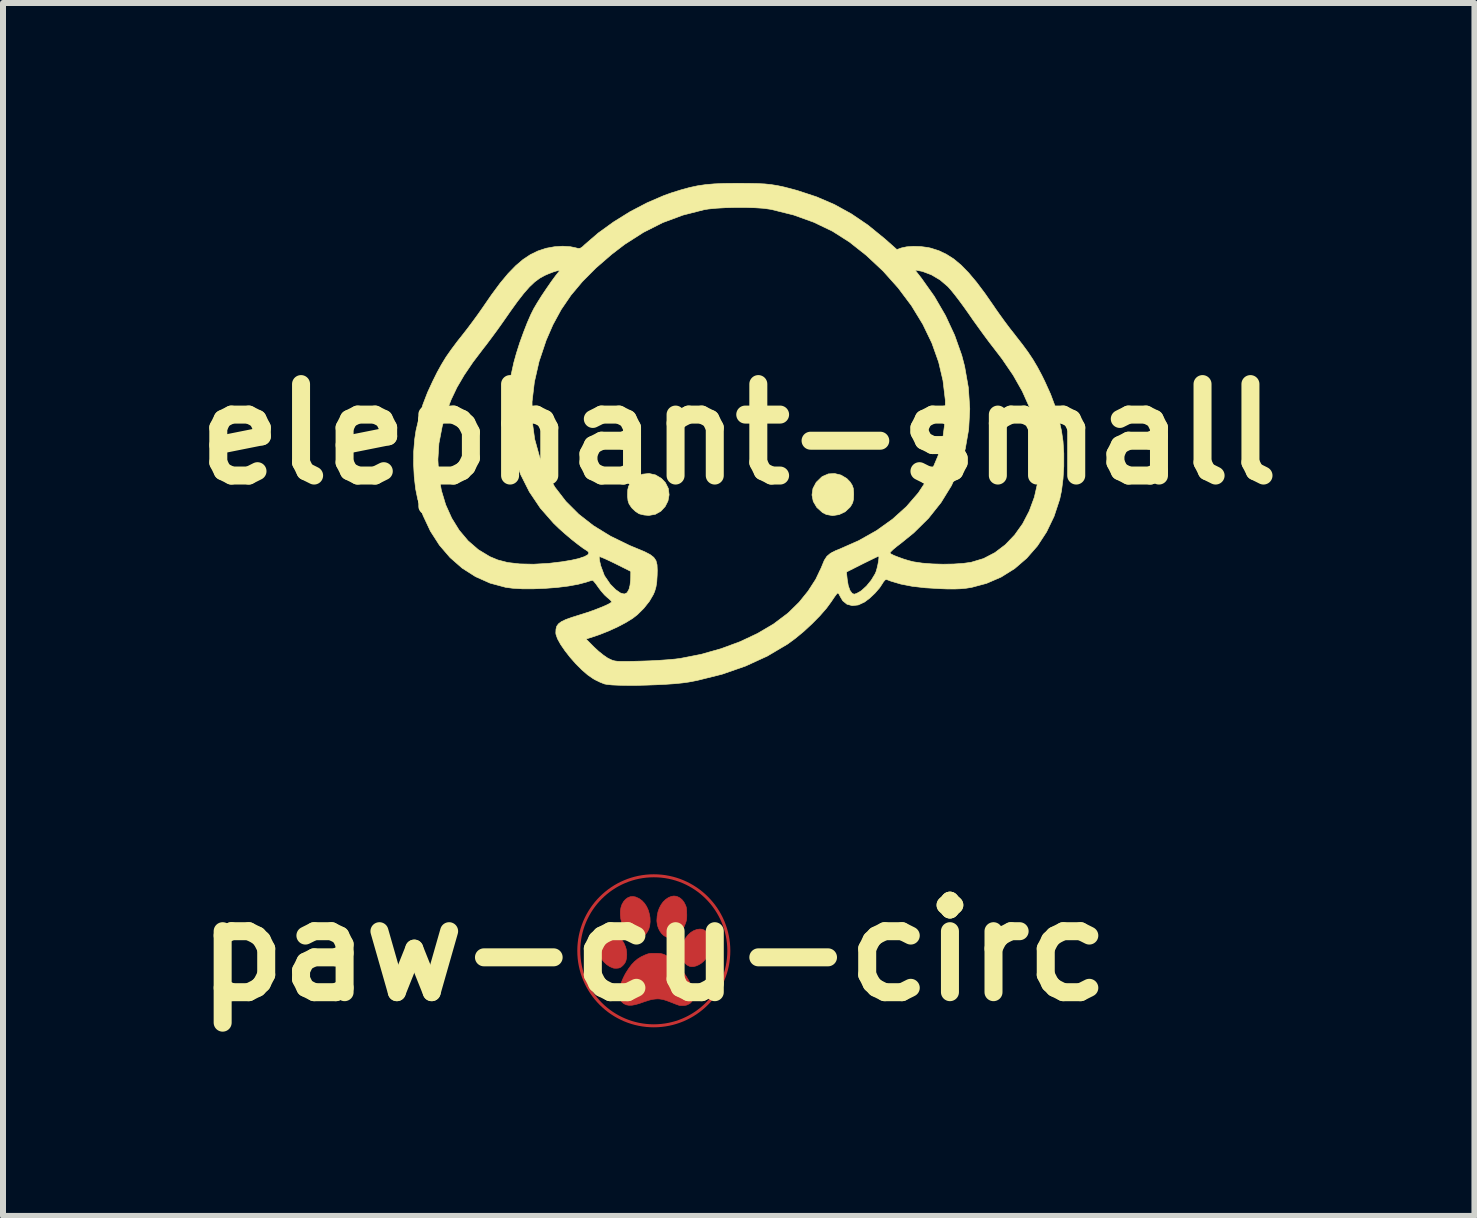
<source format=kicad_pcb>
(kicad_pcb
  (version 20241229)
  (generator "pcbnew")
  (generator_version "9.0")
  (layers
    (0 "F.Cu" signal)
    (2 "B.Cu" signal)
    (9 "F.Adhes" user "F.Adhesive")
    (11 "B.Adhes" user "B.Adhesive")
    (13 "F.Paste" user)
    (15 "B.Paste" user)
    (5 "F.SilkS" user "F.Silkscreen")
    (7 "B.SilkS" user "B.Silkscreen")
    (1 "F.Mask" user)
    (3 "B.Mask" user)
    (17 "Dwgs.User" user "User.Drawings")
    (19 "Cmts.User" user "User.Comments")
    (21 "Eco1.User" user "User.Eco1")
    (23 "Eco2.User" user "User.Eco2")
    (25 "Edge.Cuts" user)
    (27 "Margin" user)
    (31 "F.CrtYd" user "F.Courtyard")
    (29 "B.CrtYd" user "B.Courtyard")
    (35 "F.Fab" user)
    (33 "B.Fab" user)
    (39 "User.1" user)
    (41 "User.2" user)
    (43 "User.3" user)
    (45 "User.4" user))
  (footprint "elephant-small"
    (layer "F.Cu")
    (at 9.26 4.185)
    (property "Reference" "elephant-small" (at 0 0 0) (layer "F.SilkS") (effects (font (size 1.524 1.524) (thickness 0.3))))
    (attr through_hole)
    (fp_poly (pts (xy 1.705 0.682) (xy 1.801 0.739) (xy 1.855 0.795) (xy 1.89 0.849) (xy 1.909 0.902) (xy 1.915 0.971) (xy 1.916 1.005) (xy 1.912 1.086) (xy 1.899 1.143) (xy 1.87 1.194) (xy 1.855 1.216) (xy 1.773 1.293) (xy 1.673 1.34) (xy 1.566 1.357) (xy 1.461 1.339) (xy 1.397 1.307) (xy 1.301 1.22) (xy 1.242 1.12) (xy 1.221 1.013) (xy 1.237 0.905) (xy 1.291 0.803) (xy 1.382 0.714) (xy 1.397 0.704) (xy 1.493 0.662) (xy 1.599 0.656) (xy 1.705 0.682)) (stroke (width 0.01) (type solid)) (fill yes) (layer "F.SilkS"))
    (fp_poly (pts (xy -1.387 0.679) (xy -1.289 0.737) (xy -1.222 0.807) (xy -1.173 0.905) (xy -1.16 1.01) (xy -1.179 1.113) (xy -1.226 1.206) (xy -1.297 1.283) (xy -1.389 1.335) (xy -1.497 1.354) (xy -1.501 1.354) (xy -1.577 1.347) (xy -1.648 1.33) (xy -1.664 1.324) (xy -1.718 1.289) (xy -1.775 1.236) (xy -1.791 1.216) (xy -1.827 1.162) (xy -1.845 1.109) (xy -1.852 1.039) (xy -1.852 1.005) (xy -1.849 0.925) (xy -1.835 0.868) (xy -1.807 0.817) (xy -1.791 0.795) (xy -1.705 0.713) (xy -1.604 0.667) (xy -1.495 0.655) (xy -1.387 0.679)) (stroke (width 0.01) (type solid)) (fill yes) (layer "F.SilkS"))
    (fp_poly (pts (xy 0.161 -4.179) (xy 0.31 -4.176) (xy 0.435 -4.17) (xy 0.546 -4.158) (xy 0.651 -4.141) (xy 0.762 -4.117) (xy 0.885 -4.085) (xy 0.974 -4.061) (xy 1.296 -3.955) (xy 1.594 -3.827) (xy 1.877 -3.671) (xy 2.153 -3.484) (xy 2.429 -3.259) (xy 2.449 -3.242) (xy 2.636 -3.076) (xy 2.71 -3.103) (xy 2.798 -3.122) (xy 2.912 -3.13) (xy 3.036 -3.126) (xy 3.157 -3.11) (xy 3.204 -3.099) (xy 3.336 -3.057) (xy 3.461 -2.997) (xy 3.584 -2.919) (xy 3.706 -2.817) (xy 3.831 -2.689) (xy 3.963 -2.532) (xy 4.105 -2.343) (xy 4.261 -2.118) (xy 4.276 -2.095) (xy 4.343 -2) (xy 4.426 -1.885) (xy 4.515 -1.766) (xy 4.601 -1.657) (xy 4.605 -1.651) (xy 4.724 -1.499) (xy 4.821 -1.367) (xy 4.903 -1.244) (xy 4.977 -1.119) (xy 5.05 -0.982) (xy 5.101 -0.878) (xy 5.196 -0.668) (xy 5.271 -0.468) (xy 5.332 -0.26) (xy 5.378 -0.059) (xy 5.404 0.118) (xy 5.417 0.321) (xy 5.417 0.534) (xy 5.404 0.746) (xy 5.379 0.942) (xy 5.349 1.084) (xy 5.255 1.369) (xy 5.13 1.629) (xy 4.978 1.862) (xy 4.799 2.067) (xy 4.597 2.241) (xy 4.373 2.381) (xy 4.13 2.486) (xy 3.884 2.552) (xy 3.791 2.567) (xy 3.698 2.576) (xy 3.594 2.58) (xy 3.467 2.579) (xy 3.365 2.575) (xy 3.111 2.56) (xy 2.892 2.535) (xy 2.702 2.498) (xy 2.536 2.449) (xy 2.462 2.421) (xy 2.437 2.431) (xy 2.407 2.468) (xy 2.402 2.478) (xy 2.348 2.56) (xy 2.27 2.65) (xy 2.181 2.734) (xy 2.097 2.797) (xy 1.992 2.846) (xy 1.892 2.857) (xy 1.804 2.834) (xy 1.733 2.776) (xy 1.694 2.71) (xy 1.671 2.666) (xy 1.653 2.646) (xy 1.651 2.646) (xy 1.633 2.662) (xy 1.6 2.706) (xy 1.557 2.769) (xy 1.544 2.789) (xy 1.462 2.901) (xy 1.351 3.028) (xy 1.222 3.159) (xy 1.083 3.288) (xy 0.942 3.404) (xy 0.814 3.498) (xy 0.478 3.697) (xy 0.114 3.864) (xy -0.277 4) (xy -0.694 4.104) (xy -0.836 4.131) (xy -0.938 4.145) (xy -1.066 4.158) (xy -1.213 4.168) (xy -1.373 4.176) (xy -1.538 4.182) (xy -1.701 4.186) (xy -1.855 4.186) (xy -1.994 4.184) (xy -2.11 4.179) (xy -2.196 4.17) (xy -2.238 4.162) (xy -2.311 4.133) (xy -2.393 4.093) (xy -2.426 4.074) (xy -2.517 4.011) (xy -2.615 3.926) (xy -2.715 3.826) (xy -2.81 3.718) (xy -2.896 3.608) (xy -2.968 3.503) (xy -3.02 3.409) (xy -3.046 3.333) (xy -3.048 3.311) (xy -3.045 3.249) (xy -3.032 3.2) (xy -3.003 3.16) (xy -2.955 3.124) (xy -2.882 3.089) (xy -2.778 3.052) (xy -2.638 3.008) (xy -2.625 3.004) (xy -2.512 2.968) (xy -2.402 2.929) (xy -2.3 2.889) (xy -2.214 2.853) (xy -2.152 2.822) (xy -2.119 2.799) (xy -2.117 2.794) (xy -2.132 2.772) (xy -2.17 2.737) (xy -2.187 2.724) (xy -2.237 2.678) (xy -2.295 2.611) (xy -2.339 2.552) (xy -2.381 2.493) (xy -2.416 2.451) (xy -2.434 2.434) (xy -2.434 2.434) (xy -2.461 2.44) (xy -2.513 2.456) (xy -2.542 2.466) (xy -2.675 2.501) (xy -2.84 2.531) (xy -3.025 2.554) (xy -3.222 2.569) (xy -3.418 2.577) (xy -3.605 2.577) (xy -3.77 2.567) (xy -3.884 2.552) (xy -4.144 2.482) (xy -4.386 2.374) (xy -4.609 2.232) (xy -4.81 2.056) (xy -4.987 1.85) (xy -5.138 1.615) (xy -5.261 1.353) (xy -5.349 1.084) (xy -5.384 0.911) (xy -5.407 0.712) (xy -5.418 0.499) (xy -5.417 0.423) (xy -5.013 0.423) (xy -4.999 0.685) (xy -4.955 0.938) (xy -4.883 1.177) (xy -4.783 1.399) (xy -4.659 1.6) (xy -4.51 1.777) (xy -4.339 1.925) (xy -4.147 2.041) (xy -4.015 2.096) (xy -3.849 2.139) (xy -3.649 2.162) (xy -3.42 2.167) (xy -3.166 2.153) (xy -2.942 2.126) (xy -2.787 2.1) (xy -2.663 2.072) (xy -2.646 2.066) (xy -2.324 2.066) (xy -2.316 2.12) (xy -2.3 2.191) (xy -2.239 2.356) (xy -2.14 2.501) (xy -2.049 2.592) (xy -1.97 2.647) (xy -1.907 2.664) (xy -1.86 2.642) (xy -1.827 2.582) (xy -1.811 2.516) (xy -1.802 2.433) (xy -1.8 2.397) (xy -1.799 2.286) (xy -2.055 2.158) (xy -2.15 2.112) (xy -2.23 2.075) (xy -2.29 2.05) (xy -2.321 2.04) (xy -2.323 2.041) (xy -2.324 2.066) (xy -2.646 2.066) (xy -2.572 2.041) (xy -2.515 2.01) (xy -2.496 1.979) (xy -2.516 1.95) (xy -2.527 1.943) (xy -2.595 1.899) (xy -2.685 1.832) (xy -2.788 1.751) (xy -2.894 1.661) (xy -2.995 1.571) (xy -3.081 1.488) (xy -3.086 1.483) (xy -3.306 1.232) (xy -3.489 0.96) (xy -3.635 0.67) (xy -3.743 0.363) (xy -3.814 0.043) (xy -3.846 -0.29) (xy -3.842 -0.54) (xy -3.444 -0.54) (xy -3.442 -0.222) (xy -3.4 0.084) (xy -3.319 0.376) (xy -3.213 0.624) (xy -3.063 0.883) (xy -2.881 1.119) (xy -2.667 1.333) (xy -2.42 1.526) (xy -2.136 1.7) (xy -1.816 1.856) (xy -1.693 1.907) (xy -1.568 1.959) (xy -1.477 2.006) (xy -1.416 2.053) (xy -1.379 2.107) (xy -1.361 2.177) (xy -1.357 2.268) (xy -1.359 2.349) (xy -1.366 2.461) (xy -1.379 2.545) (xy -1.4 2.618) (xy -1.423 2.672) (xy -1.489 2.785) (xy -1.582 2.902) (xy -1.689 3.008) (xy -1.769 3.07) (xy -1.881 3.139) (xy -2.02 3.212) (xy -2.169 3.28) (xy -2.315 3.338) (xy -2.367 3.356) (xy -2.544 3.414) (xy -2.41 3.549) (xy -2.334 3.619) (xy -2.254 3.683) (xy -2.184 3.731) (xy -2.17 3.738) (xy -2.133 3.756) (xy -2.1 3.77) (xy -2.064 3.779) (xy -2.018 3.785) (xy -1.955 3.787) (xy -1.869 3.787) (xy -1.753 3.785) (xy -1.63 3.782) (xy -1.48 3.777) (xy -1.328 3.769) (xy -1.185 3.759) (xy -1.062 3.748) (xy -0.974 3.737) (xy -0.628 3.669) (xy -0.295 3.575) (xy 0.022 3.458) (xy 0.315 3.32) (xy 0.581 3.163) (xy 0.812 2.989) (xy 0.836 2.968) (xy 1.006 2.801) (xy 1.157 2.614) (xy 1.283 2.419) (xy 1.341 2.297) (xy 1.795 2.297) (xy 1.808 2.419) (xy 1.825 2.523) (xy 1.854 2.604) (xy 1.89 2.653) (xy 1.924 2.667) (xy 1.963 2.655) (xy 2.018 2.625) (xy 2.048 2.605) (xy 2.13 2.53) (xy 2.209 2.433) (xy 2.271 2.331) (xy 2.288 2.293) (xy 2.303 2.242) (xy 2.318 2.178) (xy 2.33 2.114) (xy 2.336 2.061) (xy 2.335 2.034) (xy 2.333 2.032) (xy 2.311 2.041) (xy 2.259 2.066) (xy 2.183 2.103) (xy 2.091 2.148) (xy 2.059 2.164) (xy 1.795 2.297) (xy 1.341 2.297) (xy 1.376 2.224) (xy 1.388 2.194) (xy 1.426 2.102) (xy 1.469 2.036) (xy 1.528 1.986) (xy 1.542 1.979) (xy 2.519 1.979) (xy 2.538 1.996) (xy 2.587 2.021) (xy 2.659 2.049) (xy 2.742 2.079) (xy 2.826 2.105) (xy 2.904 2.125) (xy 2.918 2.128) (xy 3.06 2.149) (xy 3.226 2.162) (xy 3.405 2.167) (xy 3.581 2.164) (xy 3.743 2.153) (xy 3.873 2.135) (xy 4.079 2.073) (xy 4.269 1.974) (xy 4.443 1.842) (xy 4.598 1.68) (xy 4.732 1.492) (xy 4.842 1.28) (xy 4.927 1.049) (xy 4.983 0.802) (xy 5.01 0.542) (xy 5.009 0.349) (xy 4.982 0.073) (xy 4.927 -0.194) (xy 4.842 -0.455) (xy 4.725 -0.716) (xy 4.575 -0.981) (xy 4.388 -1.255) (xy 4.255 -1.429) (xy 4.179 -1.527) (xy 4.089 -1.648) (xy 3.992 -1.782) (xy 3.897 -1.914) (xy 3.841 -1.996) (xy 3.759 -2.112) (xy 3.676 -2.225) (xy 3.597 -2.328) (xy 3.529 -2.411) (xy 3.486 -2.459) (xy 3.356 -2.57) (xy 3.211 -2.656) (xy 3.063 -2.712) (xy 3.019 -2.721) (xy 2.937 -2.736) (xy 3.043 -2.601) (xy 3.259 -2.297) (xy 3.445 -1.977) (xy 3.598 -1.648) (xy 3.716 -1.315) (xy 3.764 -1.132) (xy 3.827 -0.773) (xy 3.85 -0.422) (xy 3.832 -0.083) (xy 3.775 0.245) (xy 3.679 0.558) (xy 3.545 0.857) (xy 3.372 1.138) (xy 3.163 1.401) (xy 2.916 1.645) (xy 2.715 1.808) (xy 2.637 1.868) (xy 2.574 1.92) (xy 2.533 1.96) (xy 2.519 1.979) (xy 1.542 1.979) (xy 1.611 1.943) (xy 1.676 1.917) (xy 2 1.774) (xy 2.296 1.607) (xy 2.562 1.417) (xy 2.795 1.207) (xy 2.993 0.978) (xy 3.155 0.733) (xy 3.198 0.651) (xy 3.32 0.364) (xy 3.401 0.065) (xy 3.442 -0.246) (xy 3.443 -0.566) (xy 3.404 -0.893) (xy 3.332 -1.2) (xy 3.219 -1.518) (xy 3.067 -1.833) (xy 2.879 -2.141) (xy 2.657 -2.437) (xy 2.406 -2.718) (xy 2.127 -2.979) (xy 1.845 -3.202) (xy 1.564 -3.381) (xy 1.252 -3.531) (xy 0.913 -3.653) (xy 0.547 -3.744) (xy 0.519 -3.749) (xy 0.412 -3.764) (xy 0.275 -3.773) (xy 0.117 -3.778) (xy -0.051 -3.778) (xy -0.218 -3.774) (xy -0.373 -3.765) (xy -0.506 -3.752) (xy -0.579 -3.74) (xy -0.931 -3.65) (xy -1.265 -3.526) (xy -1.586 -3.364) (xy -1.899 -3.164) (xy -2.117 -2.997) (xy -2.379 -2.77) (xy -2.604 -2.544) (xy -2.796 -2.315) (xy -2.959 -2.076) (xy -3.097 -1.822) (xy -3.209 -1.564) (xy -3.327 -1.212) (xy -3.405 -0.87) (xy -3.444 -0.54) (xy -3.842 -0.54) (xy -3.84 -0.632) (xy -3.794 -0.983) (xy -3.747 -1.196) (xy -3.703 -1.353) (xy -3.649 -1.523) (xy -3.587 -1.694) (xy -3.524 -1.856) (xy -3.462 -1.998) (xy -3.414 -2.093) (xy -3.358 -2.188) (xy -3.286 -2.303) (xy -3.204 -2.425) (xy -3.124 -2.541) (xy -3.053 -2.638) (xy -3.033 -2.663) (xy -2.977 -2.733) (xy -3.039 -2.719) (xy -3.091 -2.703) (xy -3.164 -2.675) (xy -3.231 -2.646) (xy -3.315 -2.6) (xy -3.399 -2.538) (xy -3.487 -2.455) (xy -3.581 -2.348) (xy -3.687 -2.212) (xy -3.808 -2.044) (xy -3.841 -1.996) (xy -3.929 -1.87) (xy -4.025 -1.735) (xy -4.121 -1.605) (xy -4.207 -1.49) (xy -4.255 -1.429) (xy -4.431 -1.197) (xy -4.576 -0.983) (xy -4.696 -0.778) (xy -4.793 -0.574) (xy -4.873 -0.364) (xy -4.939 -0.139) (xy -4.944 -0.116) (xy -4.996 0.154) (xy -5.013 0.423) (xy -5.417 0.423) (xy -5.416 0.286) (xy -5.4 0.087) (xy -5.378 -0.059) (xy -5.324 -0.289) (xy -5.262 -0.496) (xy -5.185 -0.696) (xy -5.101 -0.878) (xy -5.025 -1.031) (xy -4.952 -1.163) (xy -4.877 -1.286) (xy -4.79 -1.41) (xy -4.687 -1.548) (xy -4.605 -1.651) (xy -4.52 -1.76) (xy -4.431 -1.879) (xy -4.347 -1.994) (xy -4.279 -2.091) (xy -4.276 -2.095) (xy -4.119 -2.323) (xy -3.976 -2.516) (xy -3.843 -2.676) (xy -3.717 -2.806) (xy -3.595 -2.91) (xy -3.473 -2.991) (xy -3.348 -3.052) (xy -3.216 -3.096) (xy -3.204 -3.099) (xy -3.072 -3.123) (xy -2.935 -3.132) (xy -2.807 -3.124) (xy -2.727 -3.108) (xy -2.676 -3.095) (xy -2.641 -3.098) (xy -2.604 -3.122) (xy -2.566 -3.158) (xy -2.342 -3.351) (xy -2.086 -3.536) (xy -1.811 -3.707) (xy -1.526 -3.856) (xy -1.243 -3.978) (xy -1.125 -4.02) (xy -0.965 -4.07) (xy -0.823 -4.109) (xy -0.69 -4.138) (xy -0.555 -4.158) (xy -0.408 -4.171) (xy -0.24 -4.178) (xy -0.04 -4.18) (xy -0.021 -4.18) (xy 0.161 -4.179)) (stroke (width 0.01) (type solid)) (fill yes) (layer "F.SilkS")))
  (footprint "paw-cu-circ"
    (layer "F.Cu")
    (at 7.845 12.794)
    (property "Reference" "paw-cu-circ" (at 0 0 0) (layer "F.SilkS") (effects (font (size 1.524 1.524) (thickness 0.3))))
    (attr through_hole)
    (fp_circle (center 0 0) (end -1.25 0) (stroke (width 0.05) (type solid)) (fill no) (layer "F.Cu"))
    (fp_poly (pts (xy 0.804 -0.359) (xy 0.823 -0.352) (xy 0.835 -0.347) (xy 0.874 -0.321) (xy 0.905 -0.286) (xy 0.928 -0.244) (xy 0.944 -0.197) (xy 0.951 -0.145) (xy 0.95 -0.089) (xy 0.941 -0.032) (xy 0.923 0.025) (xy 0.898 0.081) (xy 0.864 0.135) (xy 0.83 0.174) (xy 0.791 0.207) (xy 0.749 0.233) (xy 0.706 0.252) (xy 0.663 0.263) (xy 0.624 0.264) (xy 0.595 0.258) (xy 0.552 0.236) (xy 0.517 0.204) (xy 0.489 0.165) (xy 0.47 0.119) (xy 0.459 0.068) (xy 0.457 0.012) (xy 0.463 -0.047) (xy 0.479 -0.107) (xy 0.502 -0.162) (xy 0.535 -0.219) (xy 0.574 -0.268) (xy 0.618 -0.307) (xy 0.666 -0.336) (xy 0.717 -0.355) (xy 0.757 -0.361) (xy 0.784 -0.361) (xy 0.804 -0.359)) (stroke (width 0.01) (type solid)) (fill yes) (layer "F.Cu"))
    (fp_poly (pts (xy -0.303 -0.897) (xy -0.299 -0.895) (xy -0.245 -0.871) (xy -0.196 -0.835) (xy -0.154 -0.79) (xy -0.119 -0.736) (xy -0.091 -0.674) (xy -0.072 -0.605) (xy -0.063 -0.551) (xy -0.061 -0.483) (xy -0.068 -0.419) (xy -0.084 -0.361) (xy -0.11 -0.311) (xy -0.139 -0.275) (xy -0.175 -0.245) (xy -0.213 -0.226) (xy -0.258 -0.218) (xy -0.26 -0.218) (xy -0.282 -0.217) (xy -0.299 -0.218) (xy -0.316 -0.223) (xy -0.337 -0.233) (xy -0.349 -0.239) (xy -0.403 -0.273) (xy -0.451 -0.317) (xy -0.49 -0.37) (xy -0.506 -0.4) (xy -0.533 -0.464) (xy -0.55 -0.531) (xy -0.558 -0.598) (xy -0.558 -0.663) (xy -0.547 -0.724) (xy -0.53 -0.774) (xy -0.503 -0.821) (xy -0.47 -0.858) (xy -0.433 -0.885) (xy -0.392 -0.901) (xy -0.348 -0.905) (xy -0.303 -0.897)) (stroke (width 0.01) (type solid)) (fill yes) (layer "F.Cu"))
    (fp_poly (pts (xy -0.697 -0.315) (xy -0.686 -0.311) (xy -0.63 -0.278) (xy -0.579 -0.236) (xy -0.534 -0.184) (xy -0.497 -0.126) (xy -0.47 -0.062) (xy -0.46 -0.027) (xy -0.453 0.018) (xy -0.451 0.066) (xy -0.454 0.113) (xy -0.462 0.155) (xy -0.472 0.185) (xy -0.491 0.216) (xy -0.516 0.245) (xy -0.544 0.269) (xy -0.569 0.283) (xy -0.59 0.288) (xy -0.618 0.291) (xy -0.648 0.291) (xy -0.673 0.288) (xy -0.679 0.286) (xy -0.734 0.263) (xy -0.785 0.229) (xy -0.832 0.185) (xy -0.872 0.134) (xy -0.905 0.076) (xy -0.929 0.014) (xy -0.933 -0.003) (xy -0.943 -0.055) (xy -0.945 -0.108) (xy -0.94 -0.16) (xy -0.929 -0.207) (xy -0.918 -0.235) (xy -0.894 -0.267) (xy -0.862 -0.294) (xy -0.823 -0.312) (xy -0.781 -0.323) (xy -0.738 -0.324) (xy -0.697 -0.315)) (stroke (width 0.01) (type solid)) (fill yes) (layer "F.Cu"))
    (fp_poly (pts (xy 0.371 -0.909) (xy 0.387 -0.905) (xy 0.431 -0.884) (xy 0.47 -0.852) (xy 0.503 -0.81) (xy 0.529 -0.759) (xy 0.534 -0.746) (xy 0.54 -0.728) (xy 0.544 -0.71) (xy 0.546 -0.688) (xy 0.548 -0.659) (xy 0.548 -0.621) (xy 0.549 -0.616) (xy 0.549 -0.577) (xy 0.548 -0.548) (xy 0.546 -0.525) (xy 0.542 -0.505) (xy 0.537 -0.485) (xy 0.534 -0.476) (xy 0.508 -0.408) (xy 0.474 -0.349) (xy 0.432 -0.299) (xy 0.385 -0.259) (xy 0.357 -0.242) (xy 0.312 -0.224) (xy 0.27 -0.218) (xy 0.229 -0.223) (xy 0.21 -0.23) (xy 0.169 -0.252) (xy 0.133 -0.285) (xy 0.102 -0.327) (xy 0.077 -0.375) (xy 0.06 -0.428) (xy 0.052 -0.485) (xy 0.051 -0.508) (xy 0.056 -0.579) (xy 0.069 -0.647) (xy 0.091 -0.71) (xy 0.121 -0.767) (xy 0.157 -0.817) (xy 0.199 -0.857) (xy 0.246 -0.888) (xy 0.251 -0.89) (xy 0.295 -0.907) (xy 0.334 -0.913) (xy 0.371 -0.909)) (stroke (width 0.01) (type solid)) (fill yes) (layer "F.Cu"))
    (fp_poly (pts (xy 0.025 0.042) (xy 0.072 0.043) (xy 0.109 0.045) (xy 0.141 0.052) (xy 0.17 0.061) (xy 0.201 0.076) (xy 0.236 0.097) (xy 0.241 0.1) (xy 0.291 0.136) (xy 0.343 0.182) (xy 0.396 0.237) (xy 0.448 0.298) (xy 0.497 0.363) (xy 0.543 0.431) (xy 0.584 0.499) (xy 0.618 0.566) (xy 0.644 0.629) (xy 0.654 0.663) (xy 0.665 0.718) (xy 0.664 0.767) (xy 0.653 0.811) (xy 0.632 0.848) (xy 0.601 0.878) (xy 0.56 0.899) (xy 0.544 0.905) (xy 0.512 0.911) (xy 0.475 0.913) (xy 0.438 0.912) (xy 0.426 0.91) (xy 0.414 0.906) (xy 0.394 0.899) (xy 0.366 0.889) (xy 0.335 0.877) (xy 0.318 0.87) (xy 0.259 0.847) (xy 0.21 0.829) (xy 0.168 0.816) (xy 0.131 0.808) (xy 0.098 0.803) (xy 0.066 0.801) (xy 0.033 0.803) (xy 0.003 0.806) (xy -0.018 0.809) (xy -0.038 0.813) (xy -0.06 0.818) (xy -0.085 0.825) (xy -0.115 0.835) (xy -0.153 0.847) (xy -0.199 0.863) (xy -0.238 0.877) (xy -0.304 0.896) (xy -0.363 0.907) (xy -0.415 0.908) (xy -0.46 0.9) (xy -0.462 0.899) (xy -0.501 0.88) (xy -0.535 0.85) (xy -0.562 0.814) (xy -0.581 0.772) (xy -0.588 0.736) (xy -0.588 0.703) (xy -0.582 0.662) (xy -0.57 0.615) (xy -0.553 0.563) (xy -0.533 0.509) (xy -0.51 0.454) (xy -0.484 0.402) (xy -0.467 0.371) (xy -0.419 0.296) (xy -0.372 0.233) (xy -0.322 0.18) (xy -0.269 0.136) (xy -0.211 0.1) (xy -0.147 0.07) (xy -0.111 0.056) (xy -0.092 0.05) (xy -0.073 0.046) (xy -0.053 0.043) (xy -0.029 0.042) (xy 0.004 0.042) (xy 0.025 0.042)) (stroke (width 0.01) (type solid)) (fill yes) (layer "F.Cu"))
    (fp_poly (pts (xy 1.4 0) (xy 1.373 -0.273) (xy 1.293 -0.536) (xy 1.164 -0.778) (xy 0.99 -0.99) (xy 0.778 -1.164) (xy 0.536 -1.293) (xy 0.273 -1.373) (xy 0 -1.4) (xy -0.273 -1.373) (xy -0.536 -1.293) (xy -0.778 -1.164) (xy -0.99 -0.99) (xy -1.164 -0.778) (xy -1.293 -0.536) (xy -1.373 -0.273) (xy -1.4 0) (xy -1.373 0.273) (xy -1.293 0.536) (xy -1.164 0.778) (xy -0.99 0.99) (xy -0.778 1.164) (xy -0.536 1.293) (xy -0.273 1.373) (xy 0 1.4) (xy 0.273 1.373) (xy 0.536 1.293) (xy 0.778 1.164) (xy 0.99 0.99) (xy 1.164 0.778) (xy 1.293 0.536) (xy 1.373 0.273)) (stroke (width 0.01) (type solid)) (fill yes) (layer "F.Mask")))
  (gr_rect
    (start -3 -3)
    (end 21.52 17.212)
    (stroke (width 0.1) (type default))
    (fill no)
    (layer "Edge.Cuts")))
</source>
